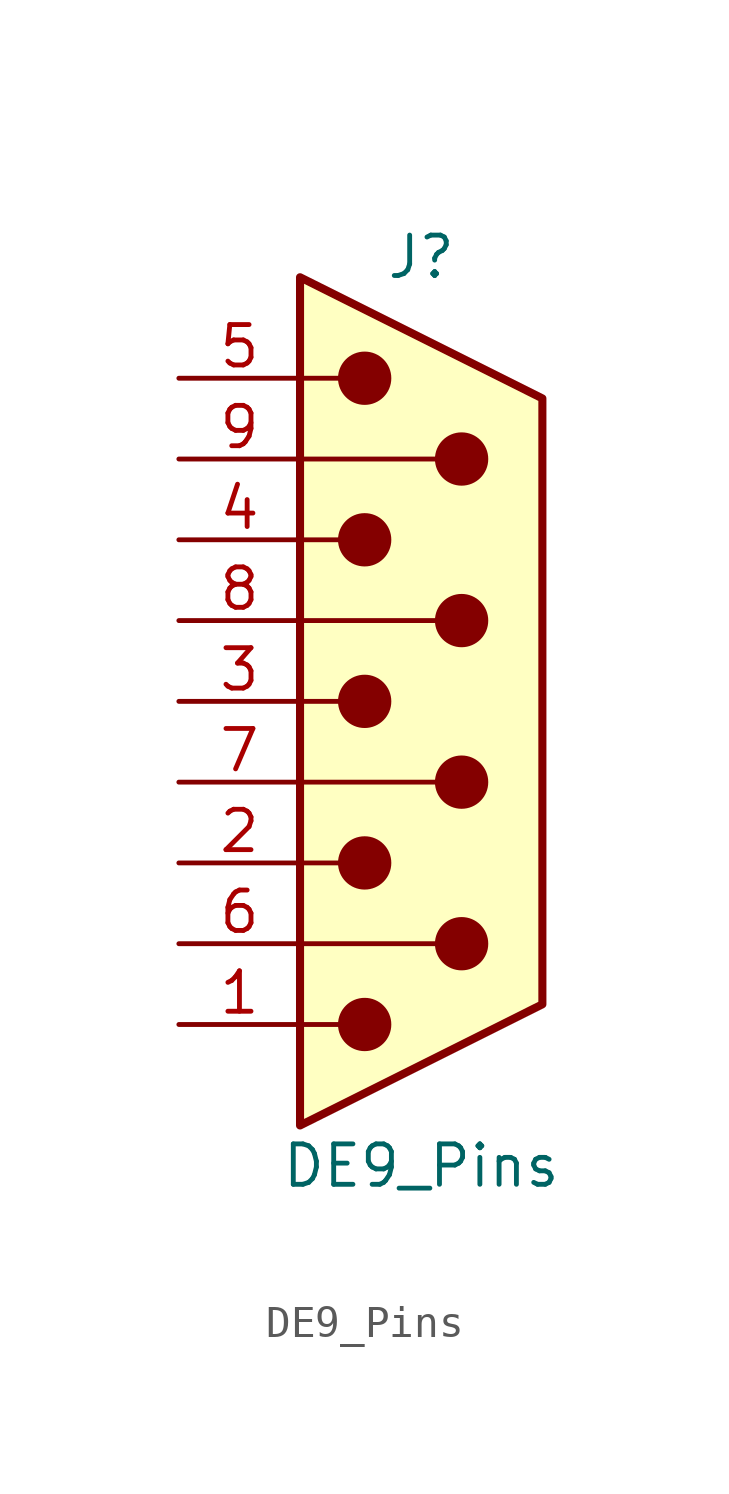
<source format=kicad_sym>
(kicad_symbol_lib
  (version 20241209)
  (generator "kicad_symbol_editor")
  (generator_version "9.0")
  (symbol "DE9_Pins"
    (pin_names
      (offset 1.016)
      (hide yes))
    (property "Reference" "J"
      (at 0 13.97 0)
      (effects (font (size 1.27 1.27))))
    (property "Value" "DE9_Pins"
      (at 0 -14.605 0)
      (effects (font (size 1.27 1.27))))
    (symbol "DE9_Pins_0_1"
      (polyline (pts (xy -3.81 10.16) (xy -2.54 10.16)) (stroke (width 0) (type default)) (fill (type none)))
      (polyline (pts (xy -3.81 7.62) (xy 0.508 7.62)) (stroke (width 0) (type default)) (fill (type none)))
      (polyline (pts (xy -3.81 5.08) (xy -2.54 5.08)) (stroke (width 0) (type default)) (fill (type none)))
      (polyline (pts (xy -3.81 2.54) (xy 0.508 2.54)) (stroke (width 0) (type default)) (fill (type none)))
      (polyline (pts (xy -3.81 0) (xy -2.54 0)) (stroke (width 0) (type default)) (fill (type none)))
      (polyline (pts (xy -3.81 -2.54) (xy 0.508 -2.54)) (stroke (width 0) (type default)) (fill (type none)))
      (polyline (pts (xy -3.81 -5.08) (xy -2.54 -5.08)) (stroke (width 0) (type default)) (fill (type none)))
      (polyline (pts (xy -3.81 -7.62) (xy 0.508 -7.62)) (stroke (width 0) (type default)) (fill (type none)))
      (polyline (pts (xy -3.81 -10.16) (xy -2.54 -10.16)) (stroke (width 0) (type default)) (fill (type none)))
      (polyline (pts (xy -3.81 -13.335) (xy -3.81 13.335) (xy 3.81 9.525) (xy 3.81 -9.525) (xy -3.81 -13.335)) (stroke (width 0.254) (type default)) (fill (type background)))
      (circle (center -1.778 10.16) (radius 0.762) (stroke (width 0) (type default)) (fill (type outline)))
      (circle (center -1.778 5.08) (radius 0.762) (stroke (width 0) (type default)) (fill (type outline)))
      (circle (center -1.778 0) (radius 0.762) (stroke (width 0) (type default)) (fill (type outline)))
      (circle (center -1.778 -5.08) (radius 0.762) (stroke (width 0) (type default)) (fill (type outline)))
      (circle (center -1.778 -10.16) (radius 0.762) (stroke (width 0) (type default)) (fill (type outline)))
      (circle (center 1.27 7.62) (radius 0.762) (stroke (width 0) (type default)) (fill (type outline)))
      (circle (center 1.27 2.54) (radius 0.762) (stroke (width 0) (type default)) (fill (type outline)))
      (circle (center 1.27 -2.54) (radius 0.762) (stroke (width 0) (type default)) (fill (type outline)))
      (circle (center 1.27 -7.62) (radius 0.762) (stroke (width 0) (type default)) (fill (type outline))))
    (symbol "DE9_Pins_1_1"
      (pin passive line (at -7.62 10.16 0) (length 3.81) (name "5" (effects (font (size 1.27 1.27)))) (number "5" (effects (font (size 1.27 1.27)))))
      (pin passive line (at -7.62 7.62 0) (length 3.81) (name "9" (effects (font (size 1.27 1.27)))) (number "9" (effects (font (size 1.27 1.27)))))
      (pin passive line (at -7.62 5.08 0) (length 3.81) (name "4" (effects (font (size 1.27 1.27)))) (number "4" (effects (font (size 1.27 1.27)))))
      (pin passive line (at -7.62 2.54 0) (length 3.81) (name "8" (effects (font (size 1.27 1.27)))) (number "8" (effects (font (size 1.27 1.27)))))
      (pin passive line (at -7.62 0 0) (length 3.81) (name "3" (effects (font (size 1.27 1.27)))) (number "3" (effects (font (size 1.27 1.27)))))
      (pin passive line (at -7.62 -2.54 0) (length 3.81) (name "7" (effects (font (size 1.27 1.27)))) (number "7" (effects (font (size 1.27 1.27)))))
      (pin passive line (at -7.62 -5.08 0) (length 3.81) (name "2" (effects (font (size 1.27 1.27)))) (number "2" (effects (font (size 1.27 1.27)))))
      (pin passive line (at -7.62 -7.62 0) (length 3.81) (name "6" (effects (font (size 1.27 1.27)))) (number "6" (effects (font (size 1.27 1.27)))))
      (pin passive line (at -7.62 -10.16 0) (length 3.81) (name "1" (effects (font (size 1.27 1.27)))) (number "1" (effects (font (size 1.27 1.27))))))))
</source>
